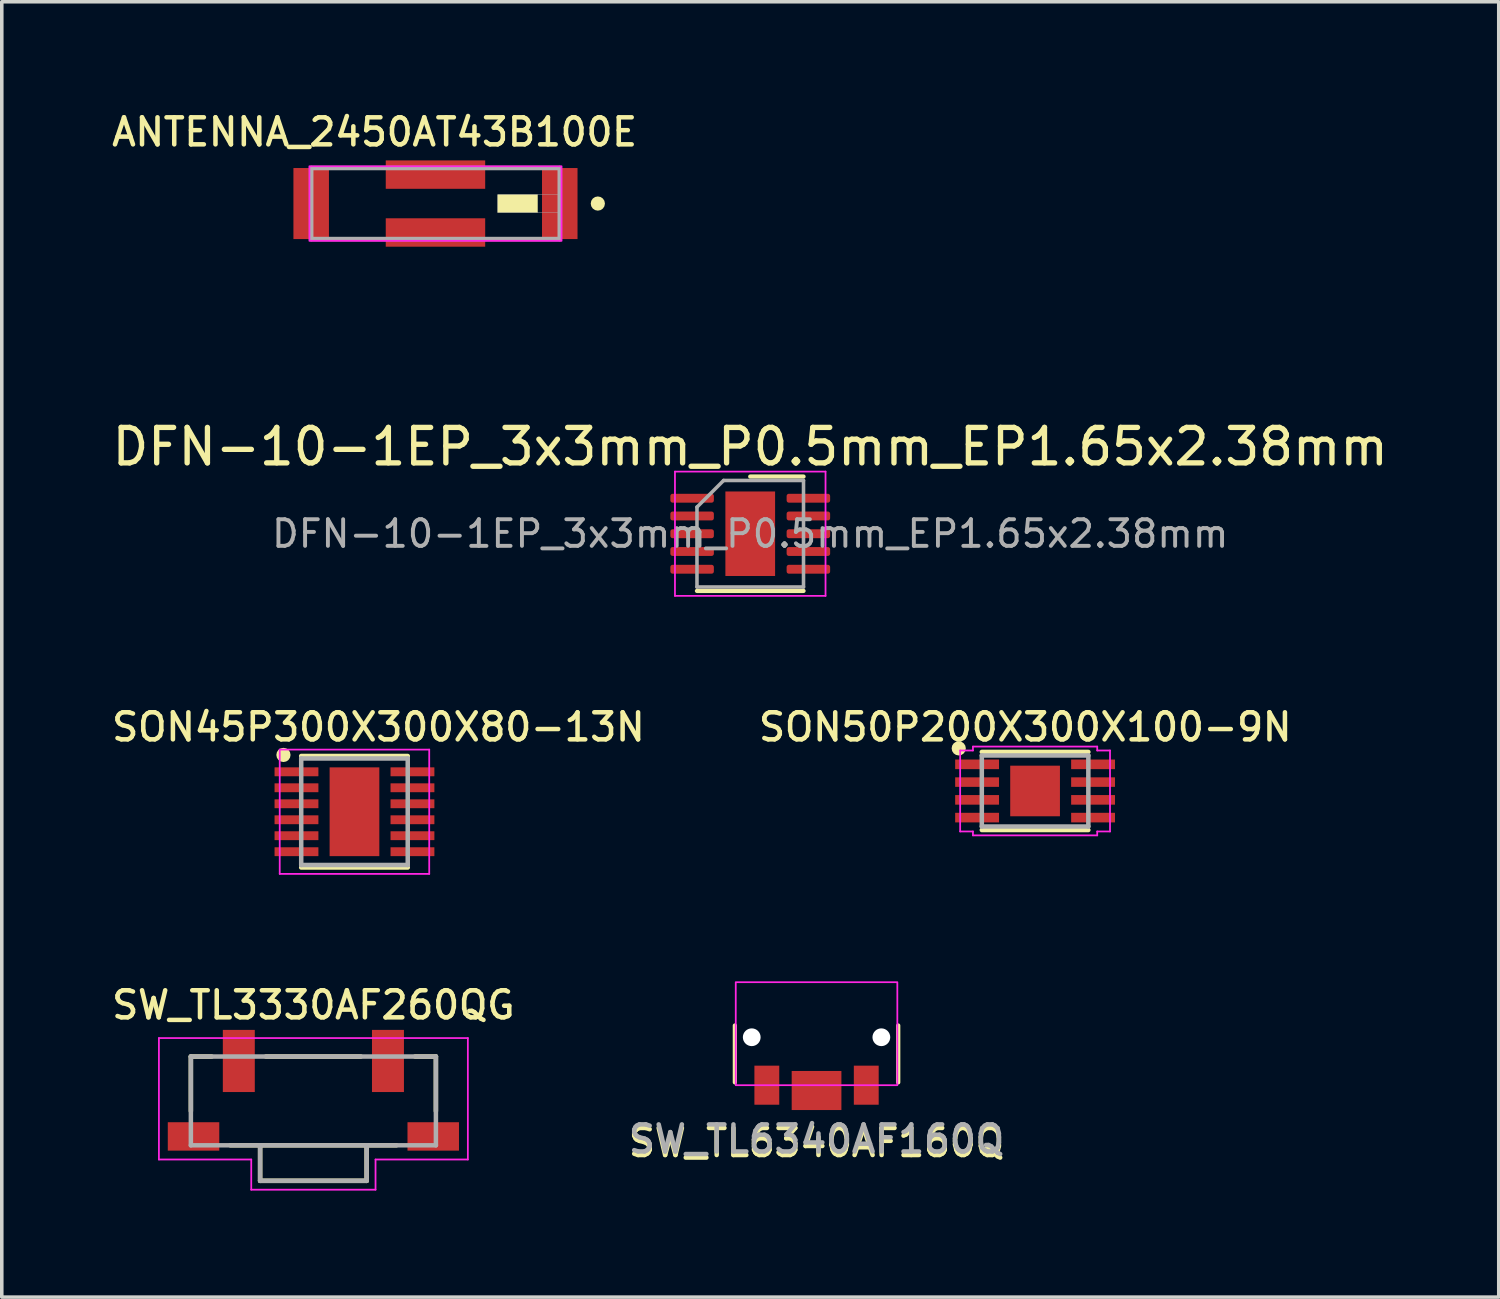
<source format=kicad_pcb>
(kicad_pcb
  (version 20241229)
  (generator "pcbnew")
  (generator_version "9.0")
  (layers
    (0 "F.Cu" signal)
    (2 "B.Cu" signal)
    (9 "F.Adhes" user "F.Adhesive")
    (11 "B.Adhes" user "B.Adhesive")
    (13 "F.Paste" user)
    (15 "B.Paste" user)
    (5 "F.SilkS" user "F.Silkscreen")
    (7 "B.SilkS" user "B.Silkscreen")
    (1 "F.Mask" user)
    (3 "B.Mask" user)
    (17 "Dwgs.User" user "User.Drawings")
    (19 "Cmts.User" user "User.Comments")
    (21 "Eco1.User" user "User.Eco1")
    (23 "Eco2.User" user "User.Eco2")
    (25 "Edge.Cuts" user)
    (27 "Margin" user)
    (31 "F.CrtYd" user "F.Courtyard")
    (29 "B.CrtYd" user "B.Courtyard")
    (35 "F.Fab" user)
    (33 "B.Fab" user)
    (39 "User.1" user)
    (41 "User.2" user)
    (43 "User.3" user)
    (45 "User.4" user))
  (footprint "SON45P300X300X80-13N"
    (layer "F.Cu")
    (at 6.932 19.809)
    (property "Reference" "SON45P300X300X80-13N" (at 0.675 -2.385 0) (layer "F.SilkS") (effects (font (size 0.762 0.762) (thickness 0.127))))
    (attr through_hole)
    (fp_line (start -1.5 -1.57) (end 1.5 -1.57) (stroke (width 0.127) (type solid)) (layer "F.SilkS"))
    (fp_line (start -1.5 1.57) (end 1.5 1.57) (stroke (width 0.127) (type solid)) (layer "F.SilkS"))
    (fp_circle (center -2 -1.6) (end -1.9 -1.6) (stroke (width 0.2) (type solid)) (fill no) (layer "F.SilkS"))
    (fp_poly (pts (xy -0.51 -0.79) (xy 0.51 -0.79) (xy 0.51 0.79) (xy -0.51 0.79)) (stroke (width 0.01) (type solid)) (fill yes) (layer "F.Paste"))
    (fp_line (start -2.105 -1.75) (end -2.105 1.75) (stroke (width 0.05) (type solid)) (layer "F.CrtYd"))
    (fp_line (start -2.105 -1.75) (end 2.105 -1.75) (stroke (width 0.05) (type solid)) (layer "F.CrtYd"))
    (fp_line (start -2.105 1.75) (end 2.105 1.75) (stroke (width 0.05) (type solid)) (layer "F.CrtYd"))
    (fp_line (start 2.105 -1.75) (end 2.105 1.75) (stroke (width 0.05) (type solid)) (layer "F.CrtYd"))
    (fp_line (start -1.5 -1.5) (end -1.5 1.5) (stroke (width 0.127) (type solid)) (layer "F.Fab"))
    (fp_line (start -1.5 -1.5) (end 1.5 -1.5) (stroke (width 0.127) (type solid)) (layer "F.Fab"))
    (fp_line (start -1.5 1.5) (end 1.5 1.5) (stroke (width 0.127) (type solid)) (layer "F.Fab"))
    (fp_line (start 1.5 -1.5) (end 1.5 1.5) (stroke (width 0.127) (type solid)) (layer "F.Fab"))
    (pad "1" smd roundrect (at -1.633 -1.125) (size 1.235 0.25) (layers "F.Cu" "F.Mask" "F.Paste") (roundrect_rratio 0.03))
    (pad "2" smd roundrect (at -1.633 -0.675) (size 1.235 0.25) (layers "F.Cu" "F.Mask" "F.Paste") (roundrect_rratio 0.03))
    (pad "3" smd roundrect (at -1.633 -0.225) (size 1.235 0.25) (layers "F.Cu" "F.Mask" "F.Paste") (roundrect_rratio 0.03))
    (pad "4" smd roundrect (at -1.633 0.225) (size 1.235 0.25) (layers "F.Cu" "F.Mask" "F.Paste") (roundrect_rratio 0.03))
    (pad "5" smd roundrect (at -1.633 0.675) (size 1.235 0.25) (layers "F.Cu" "F.Mask" "F.Paste") (roundrect_rratio 0.03))
    (pad "6" smd roundrect (at -1.633 1.125) (size 1.235 0.25) (layers "F.Cu" "F.Mask" "F.Paste") (roundrect_rratio 0.03))
    (pad "7" smd roundrect (at 1.633 1.125) (size 1.235 0.25) (layers "F.Cu" "F.Mask" "F.Paste") (roundrect_rratio 0.03))
    (pad "8" smd roundrect (at 1.633 0.675) (size 1.235 0.25) (layers "F.Cu" "F.Mask" "F.Paste") (roundrect_rratio 0.03))
    (pad "9" smd roundrect (at 1.633 0.225) (size 1.235 0.25) (layers "F.Cu" "F.Mask" "F.Paste") (roundrect_rratio 0.03))
    (pad "10" smd roundrect (at 1.633 -0.225) (size 1.235 0.25) (layers "F.Cu" "F.Mask" "F.Paste") (roundrect_rratio 0.03))
    (pad "11" smd roundrect (at 1.633 -0.675) (size 1.235 0.25) (layers "F.Cu" "F.Mask" "F.Paste") (roundrect_rratio 0.03))
    (pad "12" smd roundrect (at 1.633 -1.125) (size 1.235 0.25) (layers "F.Cu" "F.Mask" "F.Paste") (roundrect_rratio 0.03))
    (pad "13" smd rect (at 0 0) (size 1.4 2.5) (layers "F.Cu" "F.Mask")))
  (footprint "SON50P200X300X100-9N"
    (layer "F.Cu")
    (at 26.098 19.224)
    (property "Reference" "SON50P200X300X100-9N" (at -0.276 -1.8 0) (layer "F.SilkS") (effects (font (size 0.762 0.762) (thickness 0.127))))
    (attr through_hole)
    (fp_line (start -1.5 -1.099) (end 1.5 -1.099) (stroke (width 0.127) (type solid)) (layer "F.SilkS"))
    (fp_line (start -1.5 1.099) (end 1.5 1.099) (stroke (width 0.127) (type solid)) (layer "F.SilkS"))
    (fp_circle (center -2.15 -1.2) (end -2.05 -1.2) (stroke (width 0.2) (type solid)) (fill no) (layer "F.SilkS"))
    (fp_poly (pts (xy -0.665 -0.49) (xy -0.075 -0.49) (xy -0.075 0.49) (xy -0.665 0.49)) (stroke (width 0.01) (type solid)) (fill yes) (layer "F.Paste"))
    (fp_poly (pts (xy 0.075 -0.49) (xy 0.665 -0.49) (xy 0.665 0.49) (xy 0.075 0.49)) (stroke (width 0.01) (type solid)) (fill yes) (layer "F.Paste"))
    (fp_line (start -2.11 -1.14) (end -1.75 -1.14) (stroke (width 0.05) (type solid)) (layer "F.CrtYd"))
    (fp_line (start -2.11 1.14) (end -2.11 -1.14) (stroke (width 0.05) (type solid)) (layer "F.CrtYd"))
    (fp_line (start -1.75 -1.25) (end 1.75 -1.25) (stroke (width 0.05) (type solid)) (layer "F.CrtYd"))
    (fp_line (start -1.75 -1.14) (end -1.75 -1.25) (stroke (width 0.05) (type solid)) (layer "F.CrtYd"))
    (fp_line (start -1.75 1.14) (end -2.11 1.14) (stroke (width 0.05) (type solid)) (layer "F.CrtYd"))
    (fp_line (start -1.75 1.25) (end -1.75 1.14) (stroke (width 0.05) (type solid)) (layer "F.CrtYd"))
    (fp_line (start 1.75 -1.25) (end 1.75 -1.14) (stroke (width 0.05) (type solid)) (layer "F.CrtYd"))
    (fp_line (start 1.75 -1.14) (end 2.11 -1.14) (stroke (width 0.05) (type solid)) (layer "F.CrtYd"))
    (fp_line (start 1.75 1.14) (end 1.75 1.25) (stroke (width 0.05) (type solid)) (layer "F.CrtYd"))
    (fp_line (start 1.75 1.25) (end -1.75 1.25) (stroke (width 0.05) (type solid)) (layer "F.CrtYd"))
    (fp_line (start 2.11 -1.14) (end 2.11 1.14) (stroke (width 0.05) (type solid)) (layer "F.CrtYd"))
    (fp_line (start 2.11 1.14) (end 1.75 1.14) (stroke (width 0.05) (type solid)) (layer "F.CrtYd"))
    (fp_line (start -1.5 -1) (end 1.5 -1) (stroke (width 0.127) (type solid)) (layer "F.Fab"))
    (fp_line (start -1.5 1) (end -1.5 -1) (stroke (width 0.127) (type solid)) (layer "F.Fab"))
    (fp_line (start 1.5 -1) (end 1.5 1) (stroke (width 0.127) (type solid)) (layer "F.Fab"))
    (fp_line (start 1.5 1) (end -1.5 1) (stroke (width 0.127) (type solid)) (layer "F.Fab"))
    (pad "1" smd roundrect (at -1.633 -0.75) (size 1.235 0.27) (layers "F.Cu" "F.Mask" "F.Paste") (roundrect_rratio 0.01))
    (pad "2" smd roundrect (at -1.633 -0.25) (size 1.235 0.27) (layers "F.Cu" "F.Mask" "F.Paste") (roundrect_rratio 0.01))
    (pad "3" smd roundrect (at -1.633 0.25) (size 1.235 0.27) (layers "F.Cu" "F.Mask" "F.Paste") (roundrect_rratio 0.01))
    (pad "4" smd roundrect (at -1.633 0.75) (size 1.235 0.27) (layers "F.Cu" "F.Mask" "F.Paste") (roundrect_rratio 0.01))
    (pad "5" smd roundrect (at 1.633 0.75 180) (size 1.235 0.27) (layers "F.Cu" "F.Mask" "F.Paste") (roundrect_rratio 0.01))
    (pad "6" smd roundrect (at 1.633 0.25 180) (size 1.235 0.27) (layers "F.Cu" "F.Mask" "F.Paste") (roundrect_rratio 0.01))
    (pad "7" smd roundrect (at 1.633 -0.25 180) (size 1.235 0.27) (layers "F.Cu" "F.Mask" "F.Paste") (roundrect_rratio 0.01))
    (pad "8" smd roundrect (at 1.633 -0.75 180) (size 1.235 0.27) (layers "F.Cu" "F.Mask" "F.Paste") (roundrect_rratio 0.01))
    (pad "9" smd rect (at 0 0 180) (size 1.4 1.425) (layers "F.Cu" "F.Mask")))
  (footprint "SW_TL3330AF260QG"
    (layer "F.Cu")
    (at 5.775 27.952)
    (property "Reference" "SW_TL3330AF260QG" (at 0 -2.7 0) (layer "F.SilkS") (effects (font (size 0.762 0.762) (thickness 0.127))))
    (attr through_hole)
    (fp_line (start -3.45 -1.25) (end -3.45 0.286) (stroke (width 0.127) (type solid)) (layer "F.SilkS"))
    (fp_line (start -2.864 -1.25) (end -3.45 -1.25) (stroke (width 0.127) (type solid)) (layer "F.SilkS"))
    (fp_line (start -2.337 1.25) (end -1.5 1.25) (stroke (width 0.127) (type solid)) (layer "F.SilkS"))
    (fp_line (start -1.5 1.25) (end -1.5 2.25) (stroke (width 0.127) (type solid)) (layer "F.SilkS"))
    (fp_line (start -1.5 1.25) (end 1.5 1.25) (stroke (width 0.127) (type solid)) (layer "F.SilkS"))
    (fp_line (start -1.5 2.25) (end 1.5 2.25) (stroke (width 0.127) (type solid)) (layer "F.SilkS"))
    (fp_line (start -1.337 -1.25) (end 1.337 -1.25) (stroke (width 0.127) (type solid)) (layer "F.SilkS"))
    (fp_line (start 1.5 1.25) (end 2.337 1.25) (stroke (width 0.127) (type solid)) (layer "F.SilkS"))
    (fp_line (start 1.5 2.25) (end 1.5 1.25) (stroke (width 0.127) (type solid)) (layer "F.SilkS"))
    (fp_line (start 2.864 -1.25) (end 3.45 -1.25) (stroke (width 0.127) (type solid)) (layer "F.SilkS"))
    (fp_line (start 3.45 -1.25) (end 3.45 0.286) (stroke (width 0.127) (type solid)) (layer "F.SilkS"))
    (fp_line (start -4.35 -1.77) (end 4.35 -1.77) (stroke (width 0.05) (type solid)) (layer "F.CrtYd"))
    (fp_line (start -4.35 1.65) (end -4.35 -1.77) (stroke (width 0.05) (type solid)) (layer "F.CrtYd"))
    (fp_line (start -1.75 1.65) (end -4.35 1.65) (stroke (width 0.05) (type solid)) (layer "F.CrtYd"))
    (fp_line (start -1.75 2.5) (end -1.75 1.65) (stroke (width 0.05) (type solid)) (layer "F.CrtYd"))
    (fp_line (start 1.75 1.65) (end 1.75 2.5) (stroke (width 0.05) (type solid)) (layer "F.CrtYd"))
    (fp_line (start 1.75 2.5) (end -1.75 2.5) (stroke (width 0.05) (type solid)) (layer "F.CrtYd"))
    (fp_line (start 4.35 -1.77) (end 4.35 1.65) (stroke (width 0.05) (type solid)) (layer "F.CrtYd"))
    (fp_line (start 4.35 1.65) (end 1.75 1.65) (stroke (width 0.05) (type solid)) (layer "F.CrtYd"))
    (fp_line (start -3.45 -1.25) (end 3.45 -1.25) (stroke (width 0.127) (type solid)) (layer "F.Fab"))
    (fp_line (start -3.45 1.25) (end -3.45 -1.25) (stroke (width 0.127) (type solid)) (layer "F.Fab"))
    (fp_line (start -3.45 1.25) (end -1.5 1.25) (stroke (width 0.127) (type solid)) (layer "F.Fab"))
    (fp_line (start -1.5 1.25) (end -1.5 2.25) (stroke (width 0.127) (type solid)) (layer "F.Fab"))
    (fp_line (start -1.5 1.25) (end 1.5 1.25) (stroke (width 0.127) (type solid)) (layer "F.Fab"))
    (fp_line (start -1.5 2.25) (end 1.5 2.25) (stroke (width 0.127) (type solid)) (layer "F.Fab"))
    (fp_line (start 1.5 1.25) (end 3.45 1.25) (stroke (width 0.127) (type solid)) (layer "F.Fab"))
    (fp_line (start 1.5 2.25) (end 1.5 1.25) (stroke (width 0.127) (type solid)) (layer "F.Fab"))
    (fp_line (start 3.45 -1.25) (end 3.45 1.25) (stroke (width 0.127) (type solid)) (layer "F.Fab"))
    (pad "1" smd rect (at -2.1 -1.125) (size 0.9 1.75) (layers "F.Cu" "F.Mask" "F.Paste"))
    (pad "2" smd rect (at 2.1 -1.125) (size 0.9 1.75) (layers "F.Cu" "F.Mask" "F.Paste"))
    (pad "S1" smd rect (at -3.375 1) (size 1.45 0.8) (layers "F.Cu" "F.Mask" "F.Paste"))
    (pad "S2" smd rect (at 3.375 1) (size 1.45 0.8) (layers "F.Cu" "F.Mask" "F.Paste")))
  (footprint "SW_TL6340AF160Q"
    (layer "F.Cu")
    (at 19.944 26.529)
    (property "Reference" "SW_TL6340AF160Q" (at 0 2.6 0) (unlocked yes) (layer "F.SilkS") (effects (font (size 0.762 0.762) (thickness 0.127) (bold yes))))
    (attr smd)
    (fp_line (start -2.3 -0.7) (end -2.3 0.9) (stroke (width 0.12) (type default)) (layer "F.SilkS"))
    (fp_line (start 2.3 -0.7) (end 2.3 0.9) (stroke (width 0.12) (type default)) (layer "F.SilkS"))
    (fp_rect (start -2.275 -1.92) (end 2.275 0.98) (stroke (width 0.05) (type default)) (fill no) (layer "F.CrtYd"))
    (fp_text user "${REFERENCE}" (at 0 2.5 0) (unlocked yes) (layer "F.Fab") (effects (font (size 0.762 0.762) (thickness 0.127) (bold yes))))
    (pad "" np_thru_hole circle (at -1.825 -0.37) (size 0.5 0.5) (drill 0.6) (layers "*.Cu" "*.Mask"))
    (pad "" np_thru_hole circle (at 1.825 -0.37) (size 0.5 0.5) (drill 0.6) (layers "*.Cu" "*.Mask"))
    (pad "1" smd rect (at -1.4 0.98) (size 0.7 1.1) (layers "F.Cu" "F.Mask" "F.Paste"))
    (pad "2" smd rect (at 1.4 0.98) (size 0.7 1.1) (layers "F.Cu" "F.Mask" "F.Paste"))
    (pad "MT" smd rect (at 0 1.13) (size 1.4 1.1) (layers "F.Cu" "F.Mask" "F.Paste")))
  (footprint "ANTENNA_2450AT43B100E"
    (layer "F.Cu")
    (at 9.213 2.682)
    (property "Reference" "ANTENNA_2450AT43B100E" (at -1.714 -2.013 0) (layer "F.SilkS") (effects (font (size 0.762 0.762) (thickness 0.127))))
    (attr through_hole)
    (fp_circle (center 4.572 0) (end 4.672 0) (stroke (width 0.2) (type solid)) (fill no) (layer "F.SilkS"))
    (fp_poly (pts (xy 1.754 -0.25) (xy 2.875 -0.25) (xy 2.875 0.251) (xy 1.754 0.251)) (stroke (width 0.01) (type solid)) (fill yes) (layer "F.SilkS"))
    (fp_rect (start -3.55 -1.05) (end 3.55 1.05) (stroke (width 0.05) (type solid)) (fill no) (layer "F.CrtYd"))
    (fp_line (start -3.5 -1) (end -3.5 1) (stroke (width 0.127) (type solid)) (layer "F.Fab"))
    (fp_line (start -3.5 1) (end 3.5 1) (stroke (width 0.127) (type solid)) (layer "F.Fab"))
    (fp_line (start 3.5 -1) (end -3.5 -1) (stroke (width 0.127) (type solid)) (layer "F.Fab"))
    (fp_line (start 3.5 1) (end 3.5 -1) (stroke (width 0.127) (type solid)) (layer "F.Fab"))
    (fp_poly (pts (xy 1.754 -0.25) (xy 3.5 -0.25) (xy 3.5 0.251) (xy 1.754 0.251)) (stroke (width 0.01) (type solid)) (fill no) (layer "F.Fab"))
    (pad "1" smd rect (at 3.5 0) (size 1 2) (layers "F.Cu" "F.Mask" "F.Paste"))
    (pad "2" smd rect (at -3.5 0) (size 1 2) (layers "F.Cu" "F.Mask" "F.Paste"))
    (pad "3" smd rect (at 0 -0.815) (size 2.8 0.8) (layers "F.Cu" "F.Mask" "F.Paste"))
    (pad "4" smd rect (at 0 0.815) (size 2.8 0.8) (layers "F.Cu" "F.Mask" "F.Paste"))
    (zone (net_name "") (layers "F.Cu" "B.Cu" "F.CrtYd") (hatch edge 0.508) (connect_pads) (min_thickness 0.254) (filled_areas_thickness no) (keepout (tracks not_allowed) (vias not_allowed) (pads not_allowed) (copperpour not_allowed) (footprints allowed)) (placement (enabled no)) (fill) (polygon (pts (xy 14.213 5.682) (xy 4.213 5.682) (xy 4.213 0.982) (xy 14.213 0.982)))))
  (footprint "DFN-10-1EP_3x3mm_P0.5mm_EP1.65x2.38mm"
    (layer "F.Cu")
    (at 18.077 11.98)
    (property "Reference" "DFN-10-1EP_3x3mm_P0.5mm_EP1.65x2.38mm" (at 0 -2.45 0) (layer "F.SilkS") (effects (font (size 1 1) (thickness 0.15))))
    (attr smd)
    (fp_line (start -1.5 1.61) (end 1.5 1.61) (stroke (width 0.12) (type solid)) (layer "F.SilkS"))
    (fp_line (start 0 -1.61) (end 1.5 -1.61) (stroke (width 0.12) (type solid)) (layer "F.SilkS"))
    (fp_line (start -2.12 -1.75) (end -2.12 1.75) (stroke (width 0.05) (type solid)) (layer "F.CrtYd"))
    (fp_line (start -2.12 1.75) (end 2.12 1.75) (stroke (width 0.05) (type solid)) (layer "F.CrtYd"))
    (fp_line (start 2.12 -1.75) (end -2.12 -1.75) (stroke (width 0.05) (type solid)) (layer "F.CrtYd"))
    (fp_line (start 2.12 1.75) (end 2.12 -1.75) (stroke (width 0.05) (type solid)) (layer "F.CrtYd"))
    (fp_line (start -1.5 -0.75) (end -0.75 -1.5) (stroke (width 0.1) (type solid)) (layer "F.Fab"))
    (fp_line (start -1.5 1.5) (end -1.5 -0.75) (stroke (width 0.1) (type solid)) (layer "F.Fab"))
    (fp_line (start -0.75 -1.5) (end 1.5 -1.5) (stroke (width 0.1) (type solid)) (layer "F.Fab"))
    (fp_line (start 1.5 -1.5) (end 1.5 1.5) (stroke (width 0.1) (type solid)) (layer "F.Fab"))
    (fp_line (start 1.5 1.5) (end -1.5 1.5) (stroke (width 0.1) (type solid)) (layer "F.Fab"))
    (fp_text user "${REFERENCE}" (at 0 0 0) (layer "F.Fab") (effects (font (size 0.75 0.75) (thickness 0.11))))
    (pad "" smd roundrect (at -0.41 -0.595) (size 0.67 0.96) (layers "F.Paste") (roundrect_rratio 0.25))
    (pad "" smd roundrect (at -0.41 0.595) (size 0.67 0.96) (layers "F.Paste") (roundrect_rratio 0.25))
    (pad "" smd roundrect (at 0.41 -0.595) (size 0.67 0.96) (layers "F.Paste") (roundrect_rratio 0.25))
    (pad "" smd roundrect (at 0.41 0.595) (size 0.67 0.96) (layers "F.Paste") (roundrect_rratio 0.25))
    (pad "1" smd roundrect (at -1.637 -1) (size 1.225 0.25) (layers "F.Cu" "F.Mask" "F.Paste") (roundrect_rratio 0.25))
    (pad "2" smd roundrect (at -1.637 -0.5) (size 1.225 0.25) (layers "F.Cu" "F.Mask" "F.Paste") (roundrect_rratio 0.25))
    (pad "3" smd roundrect (at -1.637 0) (size 1.225 0.25) (layers "F.Cu" "F.Mask" "F.Paste") (roundrect_rratio 0.25))
    (pad "4" smd roundrect (at -1.637 0.5) (size 1.225 0.25) (layers "F.Cu" "F.Mask" "F.Paste") (roundrect_rratio 0.25))
    (pad "5" smd roundrect (at -1.637 1) (size 1.225 0.25) (layers "F.Cu" "F.Mask" "F.Paste") (roundrect_rratio 0.25))
    (pad "6" smd roundrect (at 1.637 1) (size 1.225 0.25) (layers "F.Cu" "F.Mask" "F.Paste") (roundrect_rratio 0.25))
    (pad "7" smd roundrect (at 1.637 0.5) (size 1.225 0.25) (layers "F.Cu" "F.Mask" "F.Paste") (roundrect_rratio 0.25))
    (pad "8" smd roundrect (at 1.637 0) (size 1.225 0.25) (layers "F.Cu" "F.Mask" "F.Paste") (roundrect_rratio 0.25))
    (pad "9" smd roundrect (at 1.637 -0.5) (size 1.225 0.25) (layers "F.Cu" "F.Mask" "F.Paste") (roundrect_rratio 0.25))
    (pad "10" smd roundrect (at 1.637 -1) (size 1.225 0.25) (layers "F.Cu" "F.Mask" "F.Paste") (roundrect_rratio 0.25))
    (pad "11" smd rect (at 0 0) (size 1.4 2.38) (layers "F.Cu" "F.Mask")))
  (gr_rect
    (start -3 -3)
    (end 39.155 33.477)
    (stroke (width 0.1) (type default))
    (fill no)
    (layer "Edge.Cuts")))
</source>
